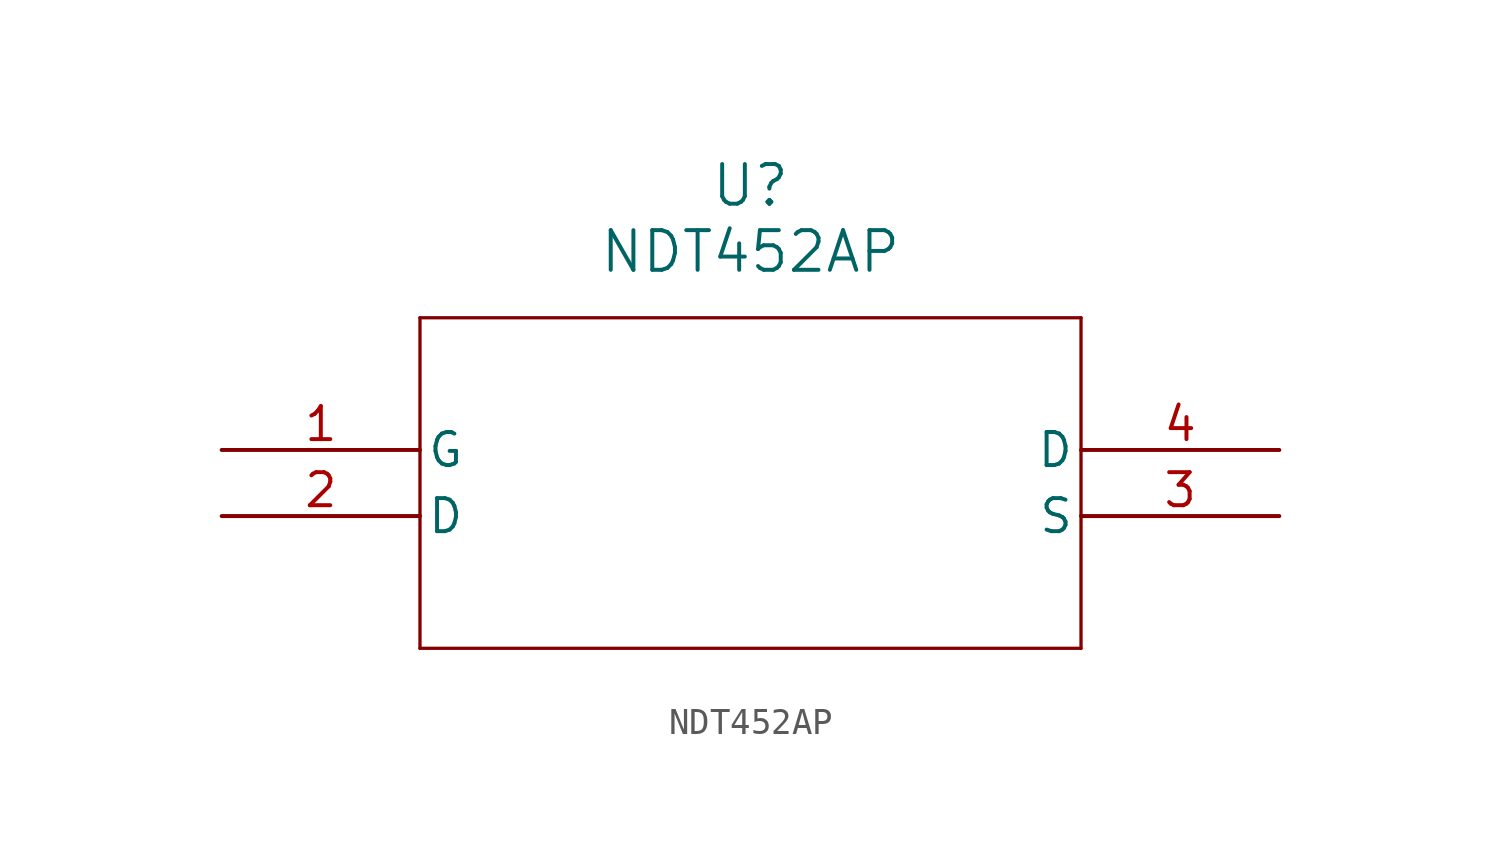
<source format=kicad_sym>
(kicad_symbol_lib
  (version 20211014)
  (generator kicad_symbol_editor)
  (symbol "NDT452AP"
    (pin_names
      (offset 0.254))
    (property "Reference" "U"
      (at 20.32 10.16 0)
      (effects (font (size 1.524 1.524))))
    (property "Value" "NDT452AP"
      (at 20.32 7.62 0)
      (effects (font (size 1.524 1.524))))
    (symbol "NDT452AP_0_1"
      (polyline (pts (xy 7.62 5.08) (xy 7.62 -7.62)) (stroke (width 0.127) (type default) (color 0 0 0 0)) (fill (type none)))
      (polyline (pts (xy 7.62 -7.62) (xy 33.02 -7.62)) (stroke (width 0.127) (type default) (color 0 0 0 0)) (fill (type none)))
      (polyline (pts (xy 33.02 -7.62) (xy 33.02 5.08)) (stroke (width 0.127) (type default) (color 0 0 0 0)) (fill (type none)))
      (polyline (pts (xy 33.02 5.08) (xy 7.62 5.08)) (stroke (width 0.127) (type default) (color 0 0 0 0)) (fill (type none)))
      (pin unspecified line (at 0 0 0) (length 7.62) (name "G" (effects (font (size 1.27 1.27)))) (number "1" (effects (font (size 1.27 1.27)))))
      (pin unspecified line (at 0 -2.54 0) (length 7.62) (name "D" (effects (font (size 1.27 1.27)))) (number "2" (effects (font (size 1.27 1.27)))))
      (pin unspecified line (at 40.64 -2.54 180) (length 7.62) (name "S" (effects (font (size 1.27 1.27)))) (number "3" (effects (font (size 1.27 1.27)))))
      (pin unspecified line (at 40.64 0 180) (length 7.62) (name "D" (effects (font (size 1.27 1.27)))) (number "4" (effects (font (size 1.27 1.27))))))))
</source>
